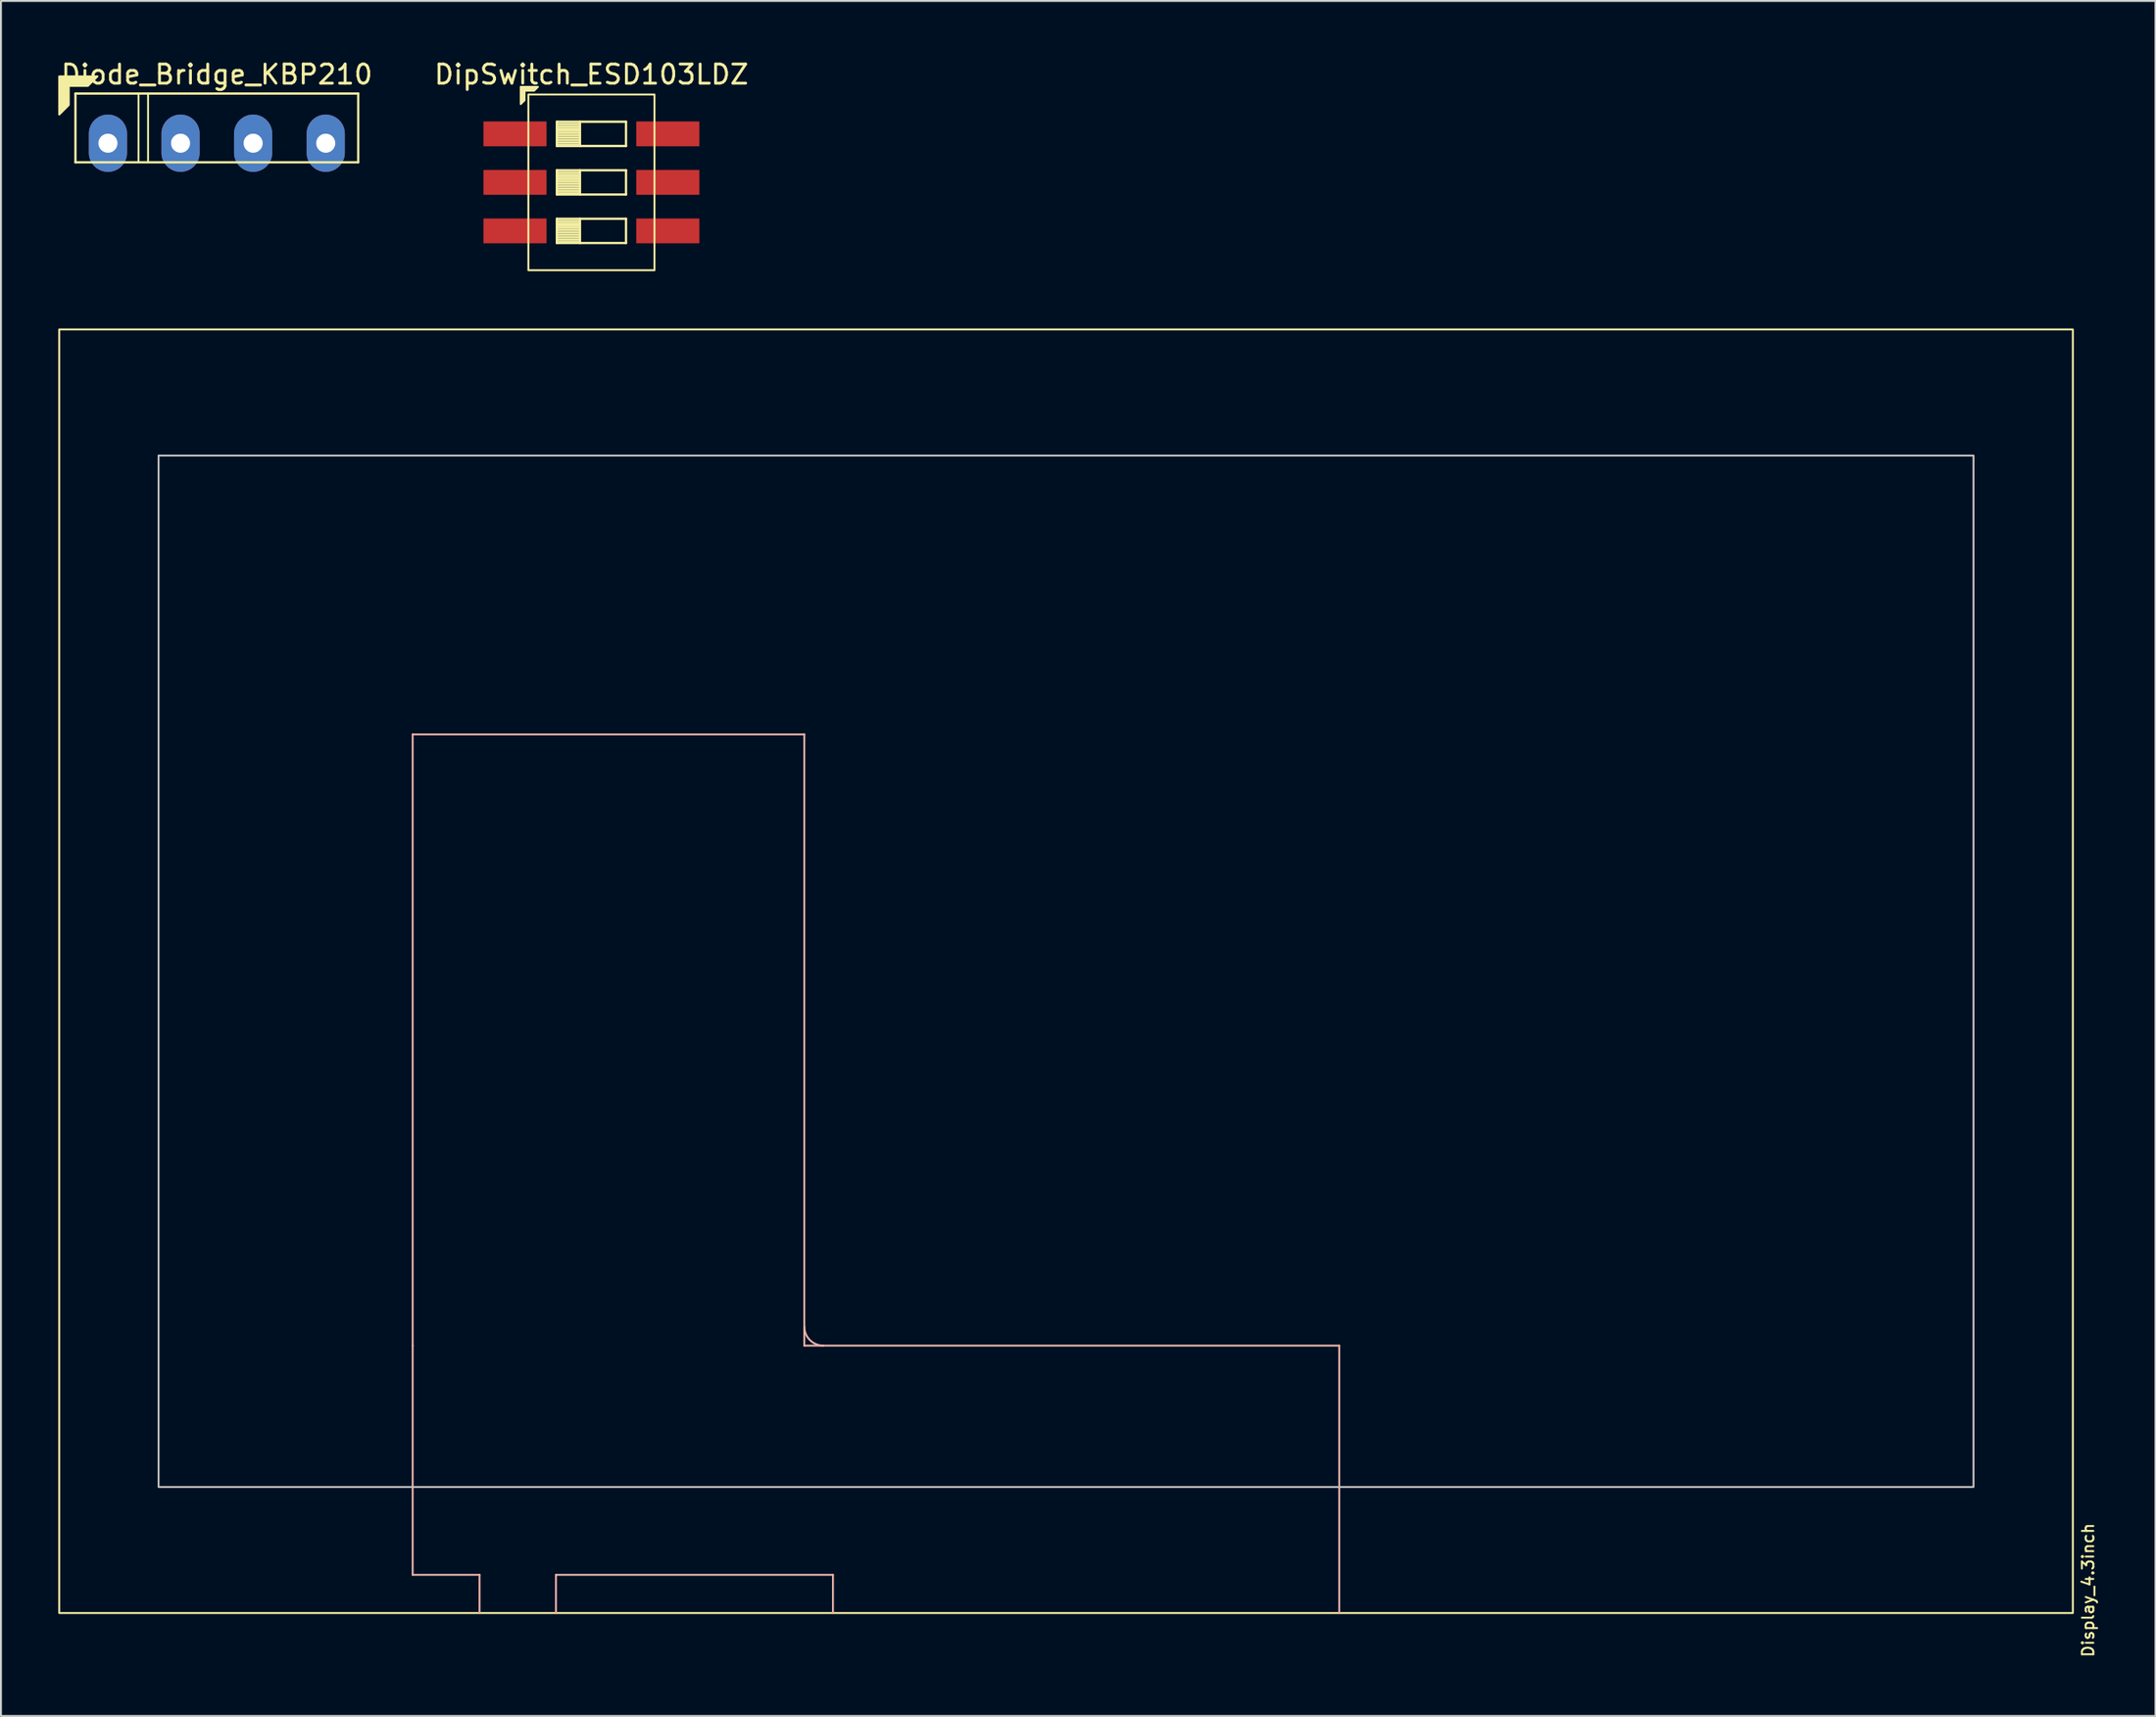
<source format=kicad_pcb>
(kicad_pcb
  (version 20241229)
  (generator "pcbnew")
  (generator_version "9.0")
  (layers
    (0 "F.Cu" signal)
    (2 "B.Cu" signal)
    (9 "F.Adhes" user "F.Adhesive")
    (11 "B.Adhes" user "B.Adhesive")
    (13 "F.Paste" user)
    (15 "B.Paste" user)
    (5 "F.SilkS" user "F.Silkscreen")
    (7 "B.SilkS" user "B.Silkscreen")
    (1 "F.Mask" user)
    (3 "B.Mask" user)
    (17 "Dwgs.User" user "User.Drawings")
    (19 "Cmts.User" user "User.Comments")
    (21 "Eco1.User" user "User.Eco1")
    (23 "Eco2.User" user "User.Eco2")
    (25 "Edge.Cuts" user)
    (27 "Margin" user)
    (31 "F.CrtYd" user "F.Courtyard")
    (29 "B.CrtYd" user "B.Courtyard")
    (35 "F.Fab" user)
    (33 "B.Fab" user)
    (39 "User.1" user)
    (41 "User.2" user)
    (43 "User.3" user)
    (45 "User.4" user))
  (footprint "Diode_Bridge_KBP210"
    (layer "F.Cu")
    (at 8.3 3.648)
    (property "Reference" "Diode_Bridge_KBP210" (at 0 -2.8 180) (layer "F.SilkS") (effects (font (size 1 1) (thickness 0.15))))
    (attr through_hole)
    (fp_line (start -7.4 -1.8) (end 7.4 -1.8) (stroke (width 0.12) (type solid)) (layer "F.SilkS"))
    (fp_line (start -7.4 1.8) (end -7.4 -1.8) (stroke (width 0.12) (type solid)) (layer "F.SilkS"))
    (fp_line (start -4.1 -1.8) (end -4.1 1.8) (stroke (width 0.1) (type solid)) (layer "F.SilkS"))
    (fp_line (start -3.6 1.8) (end -3.6 -1.8) (stroke (width 0.1) (type solid)) (layer "F.SilkS"))
    (fp_line (start 7.4 -1.8) (end 7.4 1.8) (stroke (width 0.12) (type solid)) (layer "F.SilkS"))
    (fp_line (start 7.4 1.8) (end -7.4 1.8) (stroke (width 0.12) (type solid)) (layer "F.SilkS"))
    (fp_poly (pts (xy -6.75 -2.2) (xy -7.75 -2.2) (xy -7.75 -1.2) (xy -8.25 -0.7) (xy -8.25 -2.7) (xy -6.25 -2.7)) (stroke (width 0.1) (type solid)) (fill yes) (layer "F.SilkS"))
    (pad "1" thru_hole oval (at -5.7 0.8 90) (size 3 2) (drill 1) (layers "*.Cu" "*.Mask"))
    (pad "2" thru_hole oval (at -1.9 0.8 270) (size 3 2) (drill 1) (layers "*.Cu" "*.Mask"))
    (pad "3" thru_hole oval (at 1.9 0.8 90) (size 3 2) (drill 1) (layers "*.Cu" "*.Mask"))
    (pad "4" thru_hole oval (at 5.7 0.8 90) (size 3 2) (drill 1) (layers "*.Cu" "*.Mask")))
  (footprint "DipSwitch_ESD103LDZ"
    (layer "F.Cu")
    (at 27.907 6.498)
    (property "Reference" "DipSwitch_ESD103LDZ" (at 0 -5.65 0) (layer "F.SilkS") (effects (font (size 1 1) (thickness 0.15))))
    (attr smd)
    (fp_line (start -1.81 -3.175) (end -1.81 -1.905) (stroke (width 0.12) (type solid)) (layer "F.SilkS"))
    (fp_line (start -1.81 -3.055) (end -0.603 -3.055) (stroke (width 0.12) (type solid)) (layer "F.SilkS"))
    (fp_line (start -1.81 -2.935) (end -0.603 -2.935) (stroke (width 0.12) (type solid)) (layer "F.SilkS"))
    (fp_line (start -1.81 -2.815) (end -0.603 -2.815) (stroke (width 0.12) (type solid)) (layer "F.SilkS"))
    (fp_line (start -1.81 -2.695) (end -0.603 -2.695) (stroke (width 0.12) (type solid)) (layer "F.SilkS"))
    (fp_line (start -1.81 -2.575) (end -0.603 -2.575) (stroke (width 0.12) (type solid)) (layer "F.SilkS"))
    (fp_line (start -1.81 -2.455) (end -0.603 -2.455) (stroke (width 0.12) (type solid)) (layer "F.SilkS"))
    (fp_line (start -1.81 -2.335) (end -0.603 -2.335) (stroke (width 0.12) (type solid)) (layer "F.SilkS"))
    (fp_line (start -1.81 -2.215) (end -0.603 -2.215) (stroke (width 0.12) (type solid)) (layer "F.SilkS"))
    (fp_line (start -1.81 -2.095) (end -0.603 -2.095) (stroke (width 0.12) (type solid)) (layer "F.SilkS"))
    (fp_line (start -1.81 -1.975) (end -0.603 -1.975) (stroke (width 0.12) (type solid)) (layer "F.SilkS"))
    (fp_line (start -1.81 -1.905) (end 1.81 -1.905) (stroke (width 0.12) (type solid)) (layer "F.SilkS"))
    (fp_line (start -1.81 -0.635) (end -1.81 0.635) (stroke (width 0.12) (type solid)) (layer "F.SilkS"))
    (fp_line (start -1.81 -0.515) (end -0.603 -0.515) (stroke (width 0.12) (type solid)) (layer "F.SilkS"))
    (fp_line (start -1.81 -0.395) (end -0.603 -0.395) (stroke (width 0.12) (type solid)) (layer "F.SilkS"))
    (fp_line (start -1.81 -0.275) (end -0.603 -0.275) (stroke (width 0.12) (type solid)) (layer "F.SilkS"))
    (fp_line (start -1.81 -0.155) (end -0.603 -0.155) (stroke (width 0.12) (type solid)) (layer "F.SilkS"))
    (fp_line (start -1.81 -0.035) (end -0.603 -0.035) (stroke (width 0.12) (type solid)) (layer "F.SilkS"))
    (fp_line (start -1.81 0.085) (end -0.603 0.085) (stroke (width 0.12) (type solid)) (layer "F.SilkS"))
    (fp_line (start -1.81 0.205) (end -0.603 0.205) (stroke (width 0.12) (type solid)) (layer "F.SilkS"))
    (fp_line (start -1.81 0.325) (end -0.603 0.325) (stroke (width 0.12) (type solid)) (layer "F.SilkS"))
    (fp_line (start -1.81 0.445) (end -0.603 0.445) (stroke (width 0.12) (type solid)) (layer "F.SilkS"))
    (fp_line (start -1.81 0.565) (end -0.603 0.565) (stroke (width 0.12) (type solid)) (layer "F.SilkS"))
    (fp_line (start -1.81 0.635) (end 1.81 0.635) (stroke (width 0.12) (type solid)) (layer "F.SilkS"))
    (fp_line (start -1.81 1.905) (end -1.81 3.175) (stroke (width 0.12) (type solid)) (layer "F.SilkS"))
    (fp_line (start -1.81 2.025) (end -0.603 2.025) (stroke (width 0.12) (type solid)) (layer "F.SilkS"))
    (fp_line (start -1.81 2.145) (end -0.603 2.145) (stroke (width 0.12) (type solid)) (layer "F.SilkS"))
    (fp_line (start -1.81 2.265) (end -0.603 2.265) (stroke (width 0.12) (type solid)) (layer "F.SilkS"))
    (fp_line (start -1.81 2.385) (end -0.603 2.385) (stroke (width 0.12) (type solid)) (layer "F.SilkS"))
    (fp_line (start -1.81 2.505) (end -0.603 2.505) (stroke (width 0.12) (type solid)) (layer "F.SilkS"))
    (fp_line (start -1.81 2.625) (end -0.603 2.625) (stroke (width 0.12) (type solid)) (layer "F.SilkS"))
    (fp_line (start -1.81 2.745) (end -0.603 2.745) (stroke (width 0.12) (type solid)) (layer "F.SilkS"))
    (fp_line (start -1.81 2.865) (end -0.603 2.865) (stroke (width 0.12) (type solid)) (layer "F.SilkS"))
    (fp_line (start -1.81 2.985) (end -0.603 2.985) (stroke (width 0.12) (type solid)) (layer "F.SilkS"))
    (fp_line (start -1.81 3.105) (end -0.603 3.105) (stroke (width 0.12) (type solid)) (layer "F.SilkS"))
    (fp_line (start -1.81 3.175) (end 1.81 3.175) (stroke (width 0.12) (type solid)) (layer "F.SilkS"))
    (fp_line (start -0.603 -3.175) (end -0.603 -1.905) (stroke (width 0.12) (type solid)) (layer "F.SilkS"))
    (fp_line (start -0.603 -0.635) (end -0.603 0.635) (stroke (width 0.12) (type solid)) (layer "F.SilkS"))
    (fp_line (start -0.603 1.905) (end -0.603 3.175) (stroke (width 0.12) (type solid)) (layer "F.SilkS"))
    (fp_line (start 1.81 -3.175) (end -1.81 -3.175) (stroke (width 0.12) (type solid)) (layer "F.SilkS"))
    (fp_line (start 1.81 -1.905) (end 1.81 -3.175) (stroke (width 0.12) (type solid)) (layer "F.SilkS"))
    (fp_line (start 1.81 -0.635) (end -1.81 -0.635) (stroke (width 0.12) (type solid)) (layer "F.SilkS"))
    (fp_line (start 1.81 0.635) (end 1.81 -0.635) (stroke (width 0.12) (type solid)) (layer "F.SilkS"))
    (fp_line (start 1.81 1.905) (end -1.81 1.905) (stroke (width 0.12) (type solid)) (layer "F.SilkS"))
    (fp_line (start 1.81 3.175) (end 1.81 1.905) (stroke (width 0.12) (type solid)) (layer "F.SilkS"))
    (fp_rect (start -3.3 -4.6) (end 3.3 4.6) (stroke (width 0.1) (type solid)) (fill no) (layer "F.SilkS"))
    (fp_poly (pts (xy -3 -4.8) (xy -3.5 -4.8) (xy -3.5 -4.3) (xy -3.7 -4.1) (xy -3.7 -5) (xy -2.8 -5)) (stroke (width 0.1) (type solid)) (fill yes) (layer "F.SilkS"))
    (pad "1" smd rect (at -4 -2.54) (size 3.3 1.3) (layers "F.Cu" "F.Mask" "F.Paste"))
    (pad "2" smd rect (at -4 0) (size 3.3 1.3) (layers "F.Cu" "F.Mask" "F.Paste"))
    (pad "3" smd rect (at -4 2.54) (size 3.3 1.3) (layers "F.Cu" "F.Mask" "F.Paste"))
    (pad "4" smd rect (at 4 2.54) (size 3.3 1.3) (layers "F.Cu" "F.Mask" "F.Paste"))
    (pad "5" smd rect (at 4 0) (size 3.3 1.3) (layers "F.Cu" "F.Mask" "F.Paste"))
    (pad "6" smd rect (at 4 -2.54) (size 3.3 1.3) (layers "F.Cu" "F.Mask" "F.Paste")))
  (footprint "Display_4.3inch"
    (layer "F.Cu")
    (at 52.75 47.798)
    (property "Reference" "Display_4.3inch" (at 53.5 32.4 90) (unlocked yes) (layer "F.SilkS") (effects (font (size 0.6 0.6) (thickness 0.1))))
    (attr through_hole)
    (fp_rect (start -52.7 33.6) (end 52.7 -33.6) (stroke (width 0.1) (type default)) (fill no) (layer "F.SilkS"))
    (fp_line (start -34.2 -12.4) (end -34.2 19.6) (stroke (width 0.1) (type default)) (layer "B.SilkS"))
    (fp_line (start -34.2 31.6) (end -34.2 19.6) (stroke (width 0.1) (type default)) (layer "B.SilkS"))
    (fp_line (start -30.7 31.6) (end -34.2 31.6) (stroke (width 0.1) (type default)) (layer "B.SilkS"))
    (fp_line (start -30.7 31.6) (end -30.7 33.6) (stroke (width 0.1) (type default)) (layer "B.SilkS"))
    (fp_line (start -26.7 31.6) (end -26.7 33.6) (stroke (width 0.1) (type default)) (layer "B.SilkS"))
    (fp_line (start -13.7 -12.4) (end -34.2 -12.4) (stroke (width 0.1) (type default)) (layer "B.SilkS"))
    (fp_line (start -13.7 -12.4) (end -13.7 19.6) (stroke (width 0.1) (type default)) (layer "B.SilkS"))
    (fp_line (start -13.7 19.6) (end 14.3 19.6) (stroke (width 0.1) (type default)) (layer "B.SilkS"))
    (fp_line (start -12.2 31.6) (end -26.7 31.6) (stroke (width 0.1) (type default)) (layer "B.SilkS"))
    (fp_line (start -12.2 31.6) (end -12.2 33.6) (stroke (width 0.1) (type default)) (layer "B.SilkS"))
    (fp_line (start 14.3 33.6) (end 14.3 19.6) (stroke (width 0.1) (type default)) (layer "B.SilkS"))
    (fp_arc (start -12.7 19.6) (mid -13.407107 19.307107) (end -13.7 18.6) (stroke (width 0.1) (type default)) (layer "B.SilkS"))
    (fp_rect (start -47.5 27) (end 47.5 -27) (stroke (width 0.1) (type default)) (fill no) (layer "Dwgs.User")))
  (gr_rect
    (start -3 -3)
    (end 109.776 86.788)
    (stroke (width 0.1) (type default))
    (fill no)
    (layer "Edge.Cuts")))
</source>
